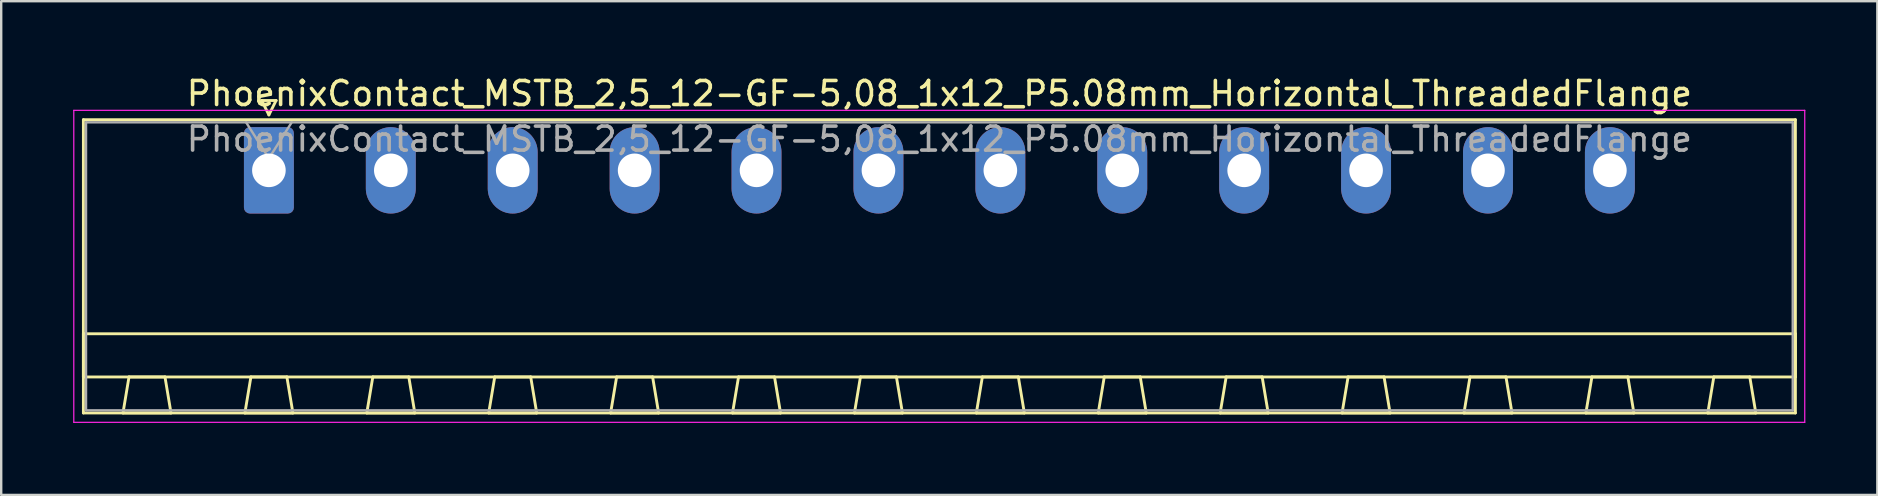
<source format=kicad_pcb>
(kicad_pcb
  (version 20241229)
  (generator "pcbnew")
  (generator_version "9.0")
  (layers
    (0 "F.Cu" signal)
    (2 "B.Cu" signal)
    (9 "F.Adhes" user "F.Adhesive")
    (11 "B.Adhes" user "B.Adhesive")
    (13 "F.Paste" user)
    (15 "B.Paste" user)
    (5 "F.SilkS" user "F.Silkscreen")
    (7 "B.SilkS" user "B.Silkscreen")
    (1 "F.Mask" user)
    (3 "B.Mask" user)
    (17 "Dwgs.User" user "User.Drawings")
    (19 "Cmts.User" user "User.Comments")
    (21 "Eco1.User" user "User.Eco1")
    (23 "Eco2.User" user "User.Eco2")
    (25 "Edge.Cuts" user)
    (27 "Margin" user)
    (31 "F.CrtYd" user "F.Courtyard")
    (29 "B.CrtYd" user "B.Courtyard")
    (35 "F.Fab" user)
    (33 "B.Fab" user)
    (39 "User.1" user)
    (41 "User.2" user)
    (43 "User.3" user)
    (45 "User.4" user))
  (footprint "PhoenixContact_MSTB_2,5_12-GF-5,08_1x12_P5.08mm_Horizontal_ThreadedFlange"
    (layer "F.Cu")
    (at 8.155 4.048)
    (property "Reference" "PhoenixContact_MSTB_2,5_12-GF-5,08_1x12_P5.08mm_Horizontal_ThreadedFlange" (at 27.94 -3.2 0) (layer "F.SilkS") (effects (font (size 1 1) (thickness 0.15))))
    (attr through_hole)
    (fp_line (start -7.73 -2.11) (end -7.73 10.11) (stroke (width 0.12) (type solid)) (layer "F.SilkS"))
    (fp_line (start -7.73 6.81) (end 63.61 6.81) (stroke (width 0.12) (type solid)) (layer "F.SilkS"))
    (fp_line (start -7.73 8.61) (end -7.73 6.81) (stroke (width 0.12) (type solid)) (layer "F.SilkS"))
    (fp_line (start -7.73 10.11) (end 63.61 10.11) (stroke (width 0.12) (type solid)) (layer "F.SilkS"))
    (fp_line (start -6.08 10.11) (end -4.08 10.11) (stroke (width 0.12) (type solid)) (layer "F.SilkS"))
    (fp_line (start -5.83 8.61) (end -6.08 10.11) (stroke (width 0.12) (type solid)) (layer "F.SilkS"))
    (fp_line (start -4.33 8.61) (end -5.83 8.61) (stroke (width 0.12) (type solid)) (layer "F.SilkS"))
    (fp_line (start -4.08 10.11) (end -4.33 8.61) (stroke (width 0.12) (type solid)) (layer "F.SilkS"))
    (fp_line (start -1 10.11) (end 1 10.11) (stroke (width 0.12) (type solid)) (layer "F.SilkS"))
    (fp_line (start -0.75 8.61) (end -1 10.11) (stroke (width 0.12) (type solid)) (layer "F.SilkS"))
    (fp_line (start -0.3 -2.91) (end 0.3 -2.91) (stroke (width 0.12) (type solid)) (layer "F.SilkS"))
    (fp_line (start 0 -2.31) (end -0.3 -2.91) (stroke (width 0.12) (type solid)) (layer "F.SilkS"))
    (fp_line (start 0.3 -2.91) (end 0 -2.31) (stroke (width 0.12) (type solid)) (layer "F.SilkS"))
    (fp_line (start 0.75 8.61) (end -0.75 8.61) (stroke (width 0.12) (type solid)) (layer "F.SilkS"))
    (fp_line (start 1 10.11) (end 0.75 8.61) (stroke (width 0.12) (type solid)) (layer "F.SilkS"))
    (fp_line (start 4.08 10.11) (end 6.08 10.11) (stroke (width 0.12) (type solid)) (layer "F.SilkS"))
    (fp_line (start 4.33 8.61) (end 4.08 10.11) (stroke (width 0.12) (type solid)) (layer "F.SilkS"))
    (fp_line (start 5.83 8.61) (end 4.33 8.61) (stroke (width 0.12) (type solid)) (layer "F.SilkS"))
    (fp_line (start 6.08 10.11) (end 5.83 8.61) (stroke (width 0.12) (type solid)) (layer "F.SilkS"))
    (fp_line (start 9.16 10.11) (end 11.16 10.11) (stroke (width 0.12) (type solid)) (layer "F.SilkS"))
    (fp_line (start 9.41 8.61) (end 9.16 10.11) (stroke (width 0.12) (type solid)) (layer "F.SilkS"))
    (fp_line (start 10.91 8.61) (end 9.41 8.61) (stroke (width 0.12) (type solid)) (layer "F.SilkS"))
    (fp_line (start 11.16 10.11) (end 10.91 8.61) (stroke (width 0.12) (type solid)) (layer "F.SilkS"))
    (fp_line (start 14.24 10.11) (end 16.24 10.11) (stroke (width 0.12) (type solid)) (layer "F.SilkS"))
    (fp_line (start 14.49 8.61) (end 14.24 10.11) (stroke (width 0.12) (type solid)) (layer "F.SilkS"))
    (fp_line (start 15.99 8.61) (end 14.49 8.61) (stroke (width 0.12) (type solid)) (layer "F.SilkS"))
    (fp_line (start 16.24 10.11) (end 15.99 8.61) (stroke (width 0.12) (type solid)) (layer "F.SilkS"))
    (fp_line (start 19.32 10.11) (end 21.32 10.11) (stroke (width 0.12) (type solid)) (layer "F.SilkS"))
    (fp_line (start 19.57 8.61) (end 19.32 10.11) (stroke (width 0.12) (type solid)) (layer "F.SilkS"))
    (fp_line (start 21.07 8.61) (end 19.57 8.61) (stroke (width 0.12) (type solid)) (layer "F.SilkS"))
    (fp_line (start 21.32 10.11) (end 21.07 8.61) (stroke (width 0.12) (type solid)) (layer "F.SilkS"))
    (fp_line (start 24.4 10.11) (end 26.4 10.11) (stroke (width 0.12) (type solid)) (layer "F.SilkS"))
    (fp_line (start 24.65 8.61) (end 24.4 10.11) (stroke (width 0.12) (type solid)) (layer "F.SilkS"))
    (fp_line (start 26.15 8.61) (end 24.65 8.61) (stroke (width 0.12) (type solid)) (layer "F.SilkS"))
    (fp_line (start 26.4 10.11) (end 26.15 8.61) (stroke (width 0.12) (type solid)) (layer "F.SilkS"))
    (fp_line (start 29.48 10.11) (end 31.48 10.11) (stroke (width 0.12) (type solid)) (layer "F.SilkS"))
    (fp_line (start 29.73 8.61) (end 29.48 10.11) (stroke (width 0.12) (type solid)) (layer "F.SilkS"))
    (fp_line (start 31.23 8.61) (end 29.73 8.61) (stroke (width 0.12) (type solid)) (layer "F.SilkS"))
    (fp_line (start 31.48 10.11) (end 31.23 8.61) (stroke (width 0.12) (type solid)) (layer "F.SilkS"))
    (fp_line (start 34.56 10.11) (end 36.56 10.11) (stroke (width 0.12) (type solid)) (layer "F.SilkS"))
    (fp_line (start 34.81 8.61) (end 34.56 10.11) (stroke (width 0.12) (type solid)) (layer "F.SilkS"))
    (fp_line (start 36.31 8.61) (end 34.81 8.61) (stroke (width 0.12) (type solid)) (layer "F.SilkS"))
    (fp_line (start 36.56 10.11) (end 36.31 8.61) (stroke (width 0.12) (type solid)) (layer "F.SilkS"))
    (fp_line (start 39.64 10.11) (end 41.64 10.11) (stroke (width 0.12) (type solid)) (layer "F.SilkS"))
    (fp_line (start 39.89 8.61) (end 39.64 10.11) (stroke (width 0.12) (type solid)) (layer "F.SilkS"))
    (fp_line (start 41.39 8.61) (end 39.89 8.61) (stroke (width 0.12) (type solid)) (layer "F.SilkS"))
    (fp_line (start 41.64 10.11) (end 41.39 8.61) (stroke (width 0.12) (type solid)) (layer "F.SilkS"))
    (fp_line (start 44.72 10.11) (end 46.72 10.11) (stroke (width 0.12) (type solid)) (layer "F.SilkS"))
    (fp_line (start 44.97 8.61) (end 44.72 10.11) (stroke (width 0.12) (type solid)) (layer "F.SilkS"))
    (fp_line (start 46.47 8.61) (end 44.97 8.61) (stroke (width 0.12) (type solid)) (layer "F.SilkS"))
    (fp_line (start 46.72 10.11) (end 46.47 8.61) (stroke (width 0.12) (type solid)) (layer "F.SilkS"))
    (fp_line (start 49.8 10.11) (end 51.8 10.11) (stroke (width 0.12) (type solid)) (layer "F.SilkS"))
    (fp_line (start 50.05 8.61) (end 49.8 10.11) (stroke (width 0.12) (type solid)) (layer "F.SilkS"))
    (fp_line (start 51.55 8.61) (end 50.05 8.61) (stroke (width 0.12) (type solid)) (layer "F.SilkS"))
    (fp_line (start 51.8 10.11) (end 51.55 8.61) (stroke (width 0.12) (type solid)) (layer "F.SilkS"))
    (fp_line (start 54.88 10.11) (end 56.88 10.11) (stroke (width 0.12) (type solid)) (layer "F.SilkS"))
    (fp_line (start 55.13 8.61) (end 54.88 10.11) (stroke (width 0.12) (type solid)) (layer "F.SilkS"))
    (fp_line (start 56.63 8.61) (end 55.13 8.61) (stroke (width 0.12) (type solid)) (layer "F.SilkS"))
    (fp_line (start 56.88 10.11) (end 56.63 8.61) (stroke (width 0.12) (type solid)) (layer "F.SilkS"))
    (fp_line (start 59.96 10.11) (end 61.96 10.11) (stroke (width 0.12) (type solid)) (layer "F.SilkS"))
    (fp_line (start 60.21 8.61) (end 59.96 10.11) (stroke (width 0.12) (type solid)) (layer "F.SilkS"))
    (fp_line (start 61.71 8.61) (end 60.21 8.61) (stroke (width 0.12) (type solid)) (layer "F.SilkS"))
    (fp_line (start 61.96 10.11) (end 61.71 8.61) (stroke (width 0.12) (type solid)) (layer "F.SilkS"))
    (fp_line (start 63.61 -2.11) (end -7.73 -2.11) (stroke (width 0.12) (type solid)) (layer "F.SilkS"))
    (fp_line (start 63.61 6.81) (end 63.61 8.61) (stroke (width 0.12) (type solid)) (layer "F.SilkS"))
    (fp_line (start 63.61 8.61) (end -7.73 8.61) (stroke (width 0.12) (type solid)) (layer "F.SilkS"))
    (fp_line (start 63.61 10.11) (end 63.61 -2.11) (stroke (width 0.12) (type solid)) (layer "F.SilkS"))
    (fp_line (start -8.13 -2.5) (end -8.13 10.5) (stroke (width 0.05) (type solid)) (layer "F.CrtYd"))
    (fp_line (start -8.13 10.5) (end 64 10.5) (stroke (width 0.05) (type solid)) (layer "F.CrtYd"))
    (fp_line (start 64 -2.5) (end -8.13 -2.5) (stroke (width 0.05) (type solid)) (layer "F.CrtYd"))
    (fp_line (start 64 10.5) (end 64 -2.5) (stroke (width 0.05) (type solid)) (layer "F.CrtYd"))
    (fp_line (start -7.62 -2) (end -7.62 10) (stroke (width 0.1) (type solid)) (layer "F.Fab"))
    (fp_line (start -7.62 10) (end 63.5 10) (stroke (width 0.1) (type solid)) (layer "F.Fab"))
    (fp_line (start 0 -0.5) (end -0.95 -2) (stroke (width 0.1) (type solid)) (layer "F.Fab"))
    (fp_line (start 0.95 -2) (end 0 -0.5) (stroke (width 0.1) (type solid)) (layer "F.Fab"))
    (fp_line (start 63.5 -2) (end -7.62 -2) (stroke (width 0.1) (type solid)) (layer "F.Fab"))
    (fp_line (start 63.5 10) (end 63.5 -2) (stroke (width 0.1) (type solid)) (layer "F.Fab"))
    (fp_text user "${REFERENCE}" (at 27.94 -1.3 0) (layer "F.Fab") (effects (font (size 1 1) (thickness 0.15))))
    (pad "1" thru_hole roundrect (at 0 0) (size 2.08 3.6) (drill 1.4) (layers "*.Cu" "*.Mask") (roundrect_rratio 0.12))
    (pad "2" thru_hole oval (at 5.08 0) (size 2.08 3.6) (drill 1.4) (layers "*.Cu" "*.Mask"))
    (pad "3" thru_hole oval (at 10.16 0) (size 2.08 3.6) (drill 1.4) (layers "*.Cu" "*.Mask"))
    (pad "4" thru_hole oval (at 15.24 0) (size 2.08 3.6) (drill 1.4) (layers "*.Cu" "*.Mask"))
    (pad "5" thru_hole oval (at 20.32 0) (size 2.08 3.6) (drill 1.4) (layers "*.Cu" "*.Mask"))
    (pad "6" thru_hole oval (at 25.4 0) (size 2.08 3.6) (drill 1.4) (layers "*.Cu" "*.Mask"))
    (pad "7" thru_hole oval (at 30.48 0) (size 2.08 3.6) (drill 1.4) (layers "*.Cu" "*.Mask"))
    (pad "8" thru_hole oval (at 35.56 0) (size 2.08 3.6) (drill 1.4) (layers "*.Cu" "*.Mask"))
    (pad "9" thru_hole oval (at 40.64 0) (size 2.08 3.6) (drill 1.4) (layers "*.Cu" "*.Mask"))
    (pad "10" thru_hole oval (at 45.72 0) (size 2.08 3.6) (drill 1.4) (layers "*.Cu" "*.Mask"))
    (pad "11" thru_hole oval (at 50.8 0) (size 2.08 3.6) (drill 1.4) (layers "*.Cu" "*.Mask"))
    (pad "12" thru_hole oval (at 55.88 0) (size 2.08 3.6) (drill 1.4) (layers "*.Cu" "*.Mask")))
  (gr_rect
    (start -3 -3)
    (end 75.18 17.573)
    (stroke (width 0.1) (type default))
    (fill no)
    (layer "Edge.Cuts")))
</source>
